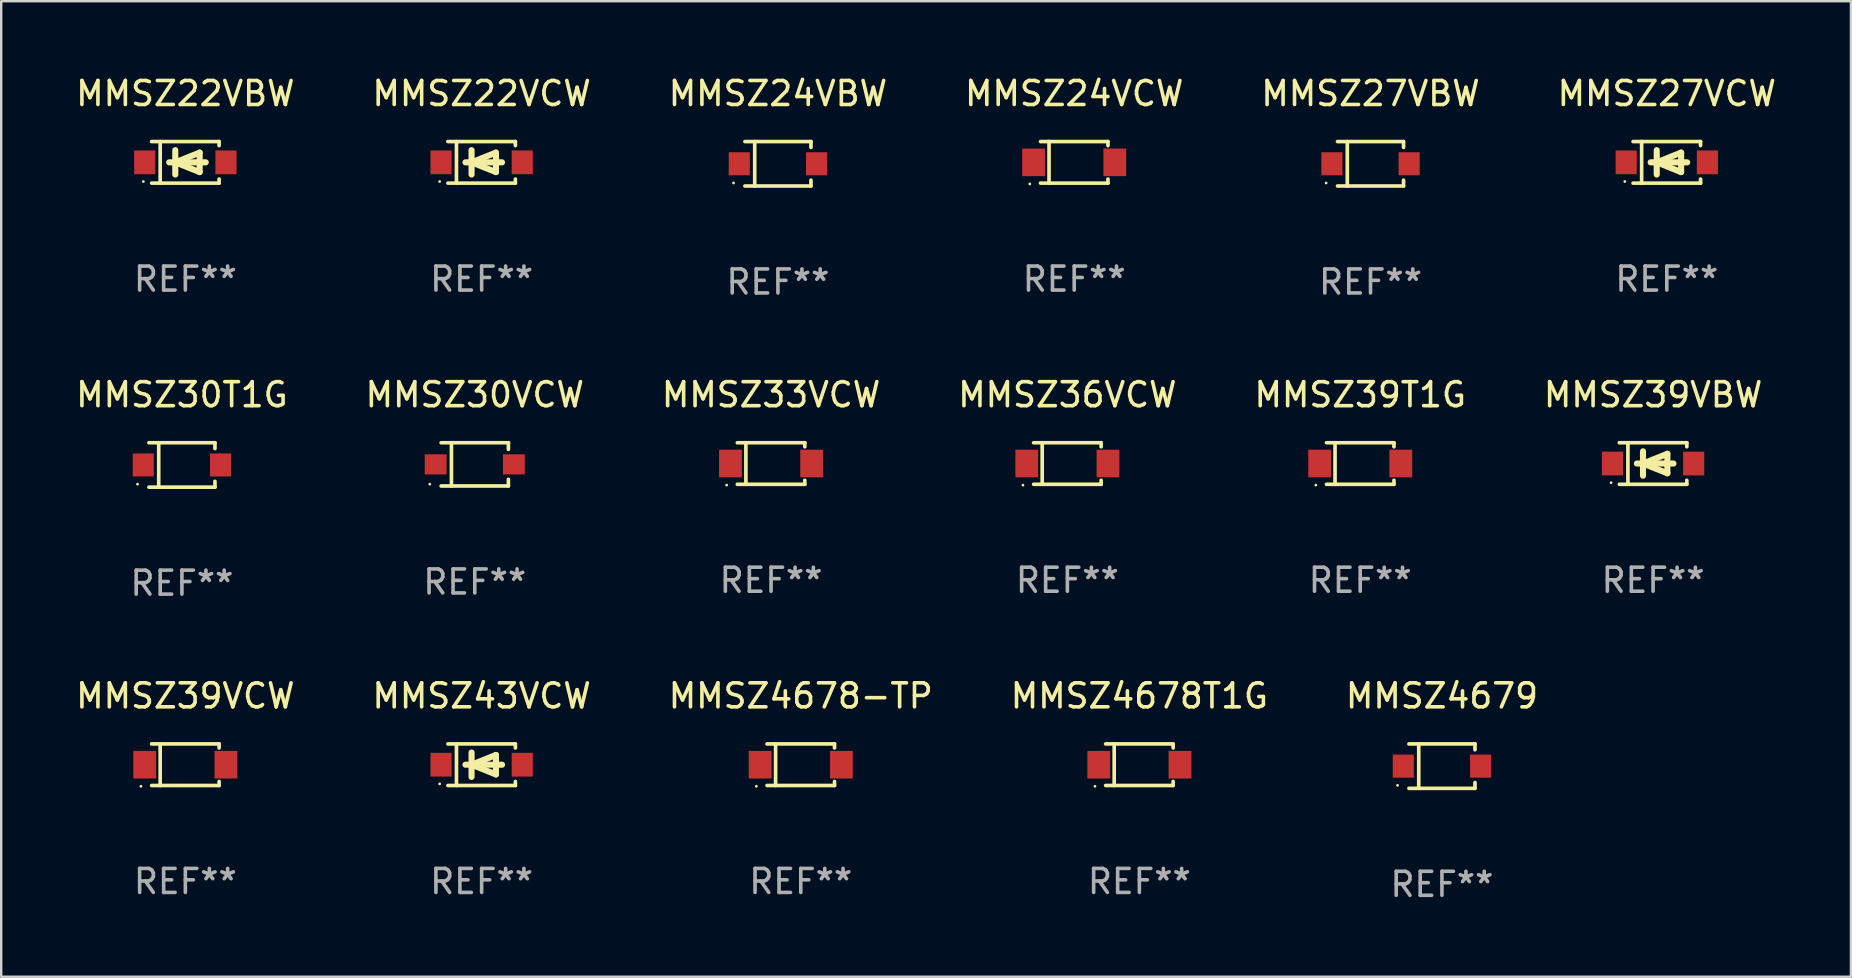
<source format=kicad_pcb>
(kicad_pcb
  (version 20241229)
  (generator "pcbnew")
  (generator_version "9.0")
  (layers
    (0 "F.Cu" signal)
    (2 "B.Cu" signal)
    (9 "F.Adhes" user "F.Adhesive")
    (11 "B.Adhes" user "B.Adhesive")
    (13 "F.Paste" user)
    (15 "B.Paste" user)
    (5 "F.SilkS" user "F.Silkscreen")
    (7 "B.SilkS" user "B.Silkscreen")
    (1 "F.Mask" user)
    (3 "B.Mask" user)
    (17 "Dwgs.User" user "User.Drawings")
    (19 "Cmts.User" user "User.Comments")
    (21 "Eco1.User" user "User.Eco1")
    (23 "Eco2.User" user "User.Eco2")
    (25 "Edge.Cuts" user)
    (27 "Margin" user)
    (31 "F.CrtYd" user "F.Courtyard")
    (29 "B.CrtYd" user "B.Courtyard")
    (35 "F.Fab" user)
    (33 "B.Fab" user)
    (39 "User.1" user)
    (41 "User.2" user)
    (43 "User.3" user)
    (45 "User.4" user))
  (footprint "MMSZ22VBW"
    (layer "F.Cu")
    (at 4.673 3.714)
    (property "Reference" "MMSZ22VBW" (at 0 -2.866 0) (layer "F.SilkS") (effects (font (size 1 1) (thickness 0.15))))
    (attr through_hole)
    (fp_line (start -1.406 -0.866) (end 1.406 -0.866) (stroke (width 0.152) (type solid)) (layer "F.SilkS"))
    (fp_line (start -1.406 0.866) (end 1.406 0.866) (stroke (width 0.152) (type solid)) (layer "F.SilkS"))
    (fp_line (start -1.049 -0.866) (end -1.049 0.866) (stroke (width 0.152) (type solid)) (layer "F.SilkS"))
    (fp_line (start -0.674 0) (end 0.85 0) (stroke (width 0.254) (type solid)) (layer "F.SilkS"))
    (fp_line (start -0.42 -0.508) (end -0.42 0.508) (stroke (width 0.254) (type solid)) (layer "F.SilkS"))
    (fp_line (start -0.42 0) (end 0.596 -0.406) (stroke (width 0.254) (type solid)) (layer "F.SilkS"))
    (fp_line (start 0.596 -0.406) (end 0.596 0.406) (stroke (width 0.254) (type solid)) (layer "F.SilkS"))
    (fp_line (start 0.596 0.406) (end -0.42 0) (stroke (width 0.254) (type solid)) (layer "F.SilkS"))
    (fp_line (start 1.406 -0.866) (end 1.406 -0.698) (stroke (width 0.152) (type solid)) (layer "F.SilkS"))
    (fp_line (start 1.406 0.866) (end 1.406 0.698) (stroke (width 0.152) (type solid)) (layer "F.SilkS"))
    (fp_circle (center -1.75 0.8) (end -1.72 0.8) (stroke (width 0.06) (type solid)) (fill no) (layer "F.SilkS"))
    (fp_text user "REF**" (at 0 4.866 0) (layer "F.Fab") (effects (font (size 1 1) (thickness 0.15))))
    (pad "1" smd rect (at -1.692 0) (size 0.88 0.99) (layers "F.Cu" "F.Mask" "F.Paste"))
    (pad "2" smd rect (at 1.692 0) (size 0.88 0.99) (layers "F.Cu" "F.Mask" "F.Paste")))
  (footprint "MMSZ39VCW"
    (layer "F.Cu")
    (at 4.673 28.812)
    (property "Reference" "MMSZ39VCW" (at 0 -2.866 0) (layer "F.SilkS") (effects (font (size 1 1) (thickness 0.15))))
    (attr through_hole)
    (fp_line (start -1.406 -0.866) (end 1.406 -0.866) (stroke (width 0.152) (type solid)) (layer "F.SilkS"))
    (fp_line (start -1.406 0.866) (end 1.406 0.866) (stroke (width 0.152) (type solid)) (layer "F.SilkS"))
    (fp_line (start -1.049 -0.866) (end -1.049 0.866) (stroke (width 0.152) (type solid)) (layer "F.SilkS"))
    (fp_line (start 1.406 -0.866) (end 1.406 -0.698) (stroke (width 0.152) (type solid)) (layer "F.SilkS"))
    (fp_line (start 1.406 0.866) (end 1.406 0.698) (stroke (width 0.152) (type solid)) (layer "F.SilkS"))
    (fp_circle (center -1.851 0.9) (end -1.821 0.9) (stroke (width 0.06) (type solid)) (fill no) (layer "F.SilkS"))
    (fp_text user "REF**" (at 0 4.866 0) (layer "F.Fab") (effects (font (size 1 1) (thickness 0.15))))
    (pad "1" smd rect (at -1.692 0) (size 0.95 1.15) (layers "F.Cu" "F.Mask" "F.Paste"))
    (pad "2" smd rect (at 1.692 0) (size 0.95 1.15) (layers "F.Cu" "F.Mask" "F.Paste")))
  (footprint "MMSZ39VBW"
    (layer "F.Cu")
    (at 65.827 16.263)
    (property "Reference" "MMSZ39VBW" (at 0 -2.866 0) (layer "F.SilkS") (effects (font (size 1 1) (thickness 0.15))))
    (attr through_hole)
    (fp_line (start -1.406 -0.866) (end 1.406 -0.866) (stroke (width 0.152) (type solid)) (layer "F.SilkS"))
    (fp_line (start -1.406 0.866) (end 1.406 0.866) (stroke (width 0.152) (type solid)) (layer "F.SilkS"))
    (fp_line (start -1.049 -0.866) (end -1.049 0.866) (stroke (width 0.152) (type solid)) (layer "F.SilkS"))
    (fp_line (start -0.674 0) (end 0.85 0) (stroke (width 0.254) (type solid)) (layer "F.SilkS"))
    (fp_line (start -0.42 -0.508) (end -0.42 0.508) (stroke (width 0.254) (type solid)) (layer "F.SilkS"))
    (fp_line (start -0.42 0) (end 0.596 -0.406) (stroke (width 0.254) (type solid)) (layer "F.SilkS"))
    (fp_line (start 0.596 -0.406) (end 0.596 0.406) (stroke (width 0.254) (type solid)) (layer "F.SilkS"))
    (fp_line (start 0.596 0.406) (end -0.42 0) (stroke (width 0.254) (type solid)) (layer "F.SilkS"))
    (fp_line (start 1.406 -0.866) (end 1.406 -0.698) (stroke (width 0.152) (type solid)) (layer "F.SilkS"))
    (fp_line (start 1.406 0.866) (end 1.406 0.698) (stroke (width 0.152) (type solid)) (layer "F.SilkS"))
    (fp_circle (center -1.75 0.8) (end -1.72 0.8) (stroke (width 0.06) (type solid)) (fill no) (layer "F.SilkS"))
    (fp_text user "REF**" (at 0 4.866 0) (layer "F.Fab") (effects (font (size 1 1) (thickness 0.15))))
    (pad "1" smd rect (at -1.692 0) (size 0.88 0.99) (layers "F.Cu" "F.Mask" "F.Paste"))
    (pad "2" smd rect (at 1.692 0) (size 0.88 0.99) (layers "F.Cu" "F.Mask" "F.Paste")))
  (footprint "MMSZ24VCW"
    (layer "F.Cu")
    (at 41.708 3.714)
    (property "Reference" "MMSZ24VCW" (at 0 -2.866 0) (layer "F.SilkS") (effects (font (size 1 1) (thickness 0.15))))
    (attr through_hole)
    (fp_line (start -1.406 -0.866) (end 1.406 -0.866) (stroke (width 0.152) (type solid)) (layer "F.SilkS"))
    (fp_line (start -1.406 0.866) (end 1.406 0.866) (stroke (width 0.152) (type solid)) (layer "F.SilkS"))
    (fp_line (start -1.049 -0.866) (end -1.049 0.866) (stroke (width 0.152) (type solid)) (layer "F.SilkS"))
    (fp_line (start 1.406 -0.866) (end 1.406 -0.698) (stroke (width 0.152) (type solid)) (layer "F.SilkS"))
    (fp_line (start 1.406 0.866) (end 1.406 0.698) (stroke (width 0.152) (type solid)) (layer "F.SilkS"))
    (fp_circle (center -1.851 0.9) (end -1.821 0.9) (stroke (width 0.06) (type solid)) (fill no) (layer "F.SilkS"))
    (fp_text user "REF**" (at 0 4.866 0) (layer "F.Fab") (effects (font (size 1 1) (thickness 0.15))))
    (pad "1" smd rect (at -1.692 0) (size 0.95 1.15) (layers "F.Cu" "F.Mask" "F.Paste"))
    (pad "2" smd rect (at 1.692 0) (size 0.95 1.15) (layers "F.Cu" "F.Mask" "F.Paste")))
  (footprint "MMSZ24VBW"
    (layer "F.Cu")
    (at 29.363 3.774)
    (property "Reference" "MMSZ24VBW" (at 0 -2.926 0) (layer "F.SilkS") (effects (font (size 1 1) (thickness 0.15))))
    (attr through_hole)
    (fp_line (start -1.376 -0.926) (end 1.376 -0.926) (stroke (width 0.152) (type solid)) (layer "F.SilkS"))
    (fp_line (start -1.376 0.926) (end 1.376 0.926) (stroke (width 0.152) (type solid)) (layer "F.SilkS"))
    (fp_line (start -0.967 -0.926) (end -0.967 0.926) (stroke (width 0.152) (type solid)) (layer "F.SilkS"))
    (fp_line (start 1.376 -0.926) (end 1.376 -0.683) (stroke (width 0.152) (type solid)) (layer "F.SilkS"))
    (fp_line (start 1.376 0.926) (end 1.376 0.683) (stroke (width 0.152) (type solid)) (layer "F.SilkS"))
    (fp_circle (center -1.85 0.8) (end -1.82 0.8) (stroke (width 0.06) (type solid)) (fill no) (layer "F.SilkS"))
    (fp_text user "REF**" (at 0 4.926 0) (layer "F.Fab") (effects (font (size 1 1) (thickness 0.15))))
    (pad "1" smd rect (at -1.61 0) (size 0.88 0.96) (layers "F.Cu" "F.Mask" "F.Paste"))
    (pad "2" smd rect (at 1.61 0) (size 0.88 0.96) (layers "F.Cu" "F.Mask" "F.Paste")))
  (footprint "MMSZ4678T1G"
    (layer "F.Cu")
    (at 44.423 28.812)
    (property "Reference" "MMSZ4678T1G" (at 0 -2.866 0) (layer "F.SilkS") (effects (font (size 1 1) (thickness 0.15))))
    (attr through_hole)
    (fp_line (start -1.406 -0.866) (end 1.406 -0.866) (stroke (width 0.152) (type solid)) (layer "F.SilkS"))
    (fp_line (start -1.406 0.866) (end 1.406 0.866) (stroke (width 0.152) (type solid)) (layer "F.SilkS"))
    (fp_line (start -1.049 -0.866) (end -1.049 0.866) (stroke (width 0.152) (type solid)) (layer "F.SilkS"))
    (fp_line (start 1.406 -0.866) (end 1.406 -0.698) (stroke (width 0.152) (type solid)) (layer "F.SilkS"))
    (fp_line (start 1.406 0.866) (end 1.406 0.698) (stroke (width 0.152) (type solid)) (layer "F.SilkS"))
    (fp_circle (center -1.851 0.9) (end -1.821 0.9) (stroke (width 0.06) (type solid)) (fill no) (layer "F.SilkS"))
    (fp_text user "REF**" (at 0 4.866 0) (layer "F.Fab") (effects (font (size 1 1) (thickness 0.15))))
    (pad "1" smd rect (at -1.692 0) (size 0.95 1.15) (layers "F.Cu" "F.Mask" "F.Paste"))
    (pad "2" smd rect (at 1.692 0) (size 0.95 1.15) (layers "F.Cu" "F.Mask" "F.Paste")))
  (footprint "MMSZ36VCW"
    (layer "F.Cu")
    (at 41.423 16.263)
    (property "Reference" "MMSZ36VCW" (at 0 -2.866 0) (layer "F.SilkS") (effects (font (size 1 1) (thickness 0.15))))
    (attr through_hole)
    (fp_line (start -1.406 -0.866) (end 1.406 -0.866) (stroke (width 0.152) (type solid)) (layer "F.SilkS"))
    (fp_line (start -1.406 0.866) (end 1.406 0.866) (stroke (width 0.152) (type solid)) (layer "F.SilkS"))
    (fp_line (start -1.049 -0.866) (end -1.049 0.866) (stroke (width 0.152) (type solid)) (layer "F.SilkS"))
    (fp_line (start 1.406 -0.866) (end 1.406 -0.698) (stroke (width 0.152) (type solid)) (layer "F.SilkS"))
    (fp_line (start 1.406 0.866) (end 1.406 0.698) (stroke (width 0.152) (type solid)) (layer "F.SilkS"))
    (fp_circle (center -1.851 0.9) (end -1.821 0.9) (stroke (width 0.06) (type solid)) (fill no) (layer "F.SilkS"))
    (fp_text user "REF**" (at 0 4.866 0) (layer "F.Fab") (effects (font (size 1 1) (thickness 0.15))))
    (pad "1" smd rect (at -1.692 0) (size 0.95 1.15) (layers "F.Cu" "F.Mask" "F.Paste"))
    (pad "2" smd rect (at 1.692 0) (size 0.95 1.15) (layers "F.Cu" "F.Mask" "F.Paste")))
  (footprint "MMSZ33VCW"
    (layer "F.Cu")
    (at 29.077 16.263)
    (property "Reference" "MMSZ33VCW" (at 0 -2.866 0) (layer "F.SilkS") (effects (font (size 1 1) (thickness 0.15))))
    (attr through_hole)
    (fp_line (start -1.406 -0.866) (end 1.406 -0.866) (stroke (width 0.152) (type solid)) (layer "F.SilkS"))
    (fp_line (start -1.406 0.866) (end 1.406 0.866) (stroke (width 0.152) (type solid)) (layer "F.SilkS"))
    (fp_line (start -1.049 -0.866) (end -1.049 0.866) (stroke (width 0.152) (type solid)) (layer "F.SilkS"))
    (fp_line (start 1.406 -0.866) (end 1.406 -0.698) (stroke (width 0.152) (type solid)) (layer "F.SilkS"))
    (fp_line (start 1.406 0.866) (end 1.406 0.698) (stroke (width 0.152) (type solid)) (layer "F.SilkS"))
    (fp_circle (center -1.851 0.9) (end -1.821 0.9) (stroke (width 0.06) (type solid)) (fill no) (layer "F.SilkS"))
    (fp_text user "REF**" (at 0 4.866 0) (layer "F.Fab") (effects (font (size 1 1) (thickness 0.15))))
    (pad "1" smd rect (at -1.692 0) (size 0.95 1.15) (layers "F.Cu" "F.Mask" "F.Paste"))
    (pad "2" smd rect (at 1.692 0) (size 0.95 1.15) (layers "F.Cu" "F.Mask" "F.Paste")))
  (footprint "MMSZ4678-TP"
    (layer "F.Cu")
    (at 30.315 28.812)
    (property "Reference" "MMSZ4678-TP" (at 0 -2.866 0) (layer "F.SilkS") (effects (font (size 1 1) (thickness 0.15))))
    (attr through_hole)
    (fp_line (start -1.406 -0.866) (end 1.406 -0.866) (stroke (width 0.152) (type solid)) (layer "F.SilkS"))
    (fp_line (start -1.406 0.866) (end 1.406 0.866) (stroke (width 0.152) (type solid)) (layer "F.SilkS"))
    (fp_line (start -1.049 -0.866) (end -1.049 0.866) (stroke (width 0.152) (type solid)) (layer "F.SilkS"))
    (fp_line (start 1.406 -0.866) (end 1.406 -0.698) (stroke (width 0.152) (type solid)) (layer "F.SilkS"))
    (fp_line (start 1.406 0.866) (end 1.406 0.698) (stroke (width 0.152) (type solid)) (layer "F.SilkS"))
    (fp_circle (center -1.851 0.9) (end -1.821 0.9) (stroke (width 0.06) (type solid)) (fill no) (layer "F.SilkS"))
    (fp_text user "REF**" (at 0 4.866 0) (layer "F.Fab") (effects (font (size 1 1) (thickness 0.15))))
    (pad "1" smd rect (at -1.692 0) (size 0.95 1.15) (layers "F.Cu" "F.Mask" "F.Paste"))
    (pad "2" smd rect (at 1.692 0) (size 0.95 1.15) (layers "F.Cu" "F.Mask" "F.Paste")))
  (footprint "MMSZ27VBW"
    (layer "F.Cu")
    (at 54.054 3.774)
    (property "Reference" "MMSZ27VBW" (at 0 -2.926 0) (layer "F.SilkS") (effects (font (size 1 1) (thickness 0.15))))
    (attr through_hole)
    (fp_line (start -1.376 -0.926) (end 1.376 -0.926) (stroke (width 0.152) (type solid)) (layer "F.SilkS"))
    (fp_line (start -1.376 0.926) (end 1.376 0.926) (stroke (width 0.152) (type solid)) (layer "F.SilkS"))
    (fp_line (start -0.967 -0.926) (end -0.967 0.926) (stroke (width 0.152) (type solid)) (layer "F.SilkS"))
    (fp_line (start 1.376 -0.926) (end 1.376 -0.683) (stroke (width 0.152) (type solid)) (layer "F.SilkS"))
    (fp_line (start 1.376 0.926) (end 1.376 0.683) (stroke (width 0.152) (type solid)) (layer "F.SilkS"))
    (fp_circle (center -1.85 0.8) (end -1.82 0.8) (stroke (width 0.06) (type solid)) (fill no) (layer "F.SilkS"))
    (fp_text user "REF**" (at 0 4.926 0) (layer "F.Fab") (effects (font (size 1 1) (thickness 0.15))))
    (pad "1" smd rect (at -1.61 0) (size 0.88 0.96) (layers "F.Cu" "F.Mask" "F.Paste"))
    (pad "2" smd rect (at 1.61 0) (size 0.88 0.96) (layers "F.Cu" "F.Mask" "F.Paste")))
  (footprint "MMSZ27VCW"
    (layer "F.Cu")
    (at 66.399 3.714)
    (property "Reference" "MMSZ27VCW" (at 0 -2.866 0) (layer "F.SilkS") (effects (font (size 1 1) (thickness 0.15))))
    (attr through_hole)
    (fp_line (start -1.406 -0.866) (end 1.406 -0.866) (stroke (width 0.152) (type solid)) (layer "F.SilkS"))
    (fp_line (start -1.406 0.866) (end 1.406 0.866) (stroke (width 0.152) (type solid)) (layer "F.SilkS"))
    (fp_line (start -1.049 -0.866) (end -1.049 0.866) (stroke (width 0.152) (type solid)) (layer "F.SilkS"))
    (fp_line (start -0.674 0) (end 0.85 0) (stroke (width 0.254) (type solid)) (layer "F.SilkS"))
    (fp_line (start -0.42 -0.508) (end -0.42 0.508) (stroke (width 0.254) (type solid)) (layer "F.SilkS"))
    (fp_line (start -0.42 0) (end 0.596 -0.406) (stroke (width 0.254) (type solid)) (layer "F.SilkS"))
    (fp_line (start 0.596 -0.406) (end 0.596 0.406) (stroke (width 0.254) (type solid)) (layer "F.SilkS"))
    (fp_line (start 0.596 0.406) (end -0.42 0) (stroke (width 0.254) (type solid)) (layer "F.SilkS"))
    (fp_line (start 1.406 -0.866) (end 1.406 -0.698) (stroke (width 0.152) (type solid)) (layer "F.SilkS"))
    (fp_line (start 1.406 0.866) (end 1.406 0.698) (stroke (width 0.152) (type solid)) (layer "F.SilkS"))
    (fp_circle (center -1.75 0.8) (end -1.72 0.8) (stroke (width 0.06) (type solid)) (fill no) (layer "F.SilkS"))
    (fp_text user "REF**" (at 0 4.866 0) (layer "F.Fab") (effects (font (size 1 1) (thickness 0.15))))
    (pad "1" smd rect (at -1.692 0) (size 0.88 0.99) (layers "F.Cu" "F.Mask" "F.Paste"))
    (pad "2" smd rect (at 1.692 0) (size 0.88 0.99) (layers "F.Cu" "F.Mask" "F.Paste")))
  (footprint "MMSZ30T1G"
    (layer "F.Cu")
    (at 4.53 16.323)
    (property "Reference" "MMSZ30T1G" (at 0 -2.926 0) (layer "F.SilkS") (effects (font (size 1 1) (thickness 0.15))))
    (attr through_hole)
    (fp_line (start -1.376 -0.926) (end 1.376 -0.926) (stroke (width 0.152) (type solid)) (layer "F.SilkS"))
    (fp_line (start -1.376 0.926) (end 1.376 0.926) (stroke (width 0.152) (type solid)) (layer "F.SilkS"))
    (fp_line (start -0.967 -0.926) (end -0.967 0.926) (stroke (width 0.152) (type solid)) (layer "F.SilkS"))
    (fp_line (start 1.376 -0.926) (end 1.376 -0.683) (stroke (width 0.152) (type solid)) (layer "F.SilkS"))
    (fp_line (start 1.376 0.926) (end 1.376 0.683) (stroke (width 0.152) (type solid)) (layer "F.SilkS"))
    (fp_circle (center -1.85 0.8) (end -1.82 0.8) (stroke (width 0.06) (type solid)) (fill no) (layer "F.SilkS"))
    (fp_text user "REF**" (at 0 4.926 0) (layer "F.Fab") (effects (font (size 1 1) (thickness 0.15))))
    (pad "1" smd rect (at -1.61 0) (size 0.88 0.96) (layers "F.Cu" "F.Mask" "F.Paste"))
    (pad "2" smd rect (at 1.61 0) (size 0.88 0.96) (layers "F.Cu" "F.Mask" "F.Paste")))
  (footprint "MMSZ4679"
    (layer "F.Cu")
    (at 57.03 28.872)
    (property "Reference" "MMSZ4679" (at 0 -2.926 0) (layer "F.SilkS") (effects (font (size 1 1) (thickness 0.15))))
    (attr through_hole)
    (fp_line (start -1.376 -0.926) (end 1.376 -0.926) (stroke (width 0.152) (type solid)) (layer "F.SilkS"))
    (fp_line (start -1.376 0.926) (end 1.376 0.926) (stroke (width 0.152) (type solid)) (layer "F.SilkS"))
    (fp_line (start -0.967 -0.926) (end -0.967 0.926) (stroke (width 0.152) (type solid)) (layer "F.SilkS"))
    (fp_line (start 1.376 -0.926) (end 1.376 -0.683) (stroke (width 0.152) (type solid)) (layer "F.SilkS"))
    (fp_line (start 1.376 0.926) (end 1.376 0.683) (stroke (width 0.152) (type solid)) (layer "F.SilkS"))
    (fp_circle (center -1.85 0.8) (end -1.82 0.8) (stroke (width 0.06) (type solid)) (fill no) (layer "F.SilkS"))
    (fp_text user "REF**" (at 0 4.926 0) (layer "F.Fab") (effects (font (size 1 1) (thickness 0.15))))
    (pad "1" smd rect (at -1.61 0) (size 0.88 0.96) (layers "F.Cu" "F.Mask" "F.Paste"))
    (pad "2" smd rect (at 1.61 0) (size 0.88 0.96) (layers "F.Cu" "F.Mask" "F.Paste")))
  (footprint "MMSZ30VCW"
    (layer "F.Cu")
    (at 16.732 16.298)
    (property "Reference" "MMSZ30VCW" (at 0 -2.901 0) (layer "F.SilkS") (effects (font (size 1 1) (thickness 0.15))))
    (attr through_hole)
    (fp_line (start -1.401 -0.901) (end 1.401 -0.901) (stroke (width 0.152) (type solid)) (layer "F.SilkS"))
    (fp_line (start -1.401 0.901) (end 1.401 0.901) (stroke (width 0.152) (type solid)) (layer "F.SilkS"))
    (fp_line (start -0.972 -0.901) (end -0.972 0.901) (stroke (width 0.152) (type solid)) (layer "F.SilkS"))
    (fp_line (start 1.401 -0.901) (end 1.401 -0.623) (stroke (width 0.152) (type solid)) (layer "F.SilkS"))
    (fp_line (start 1.401 0.901) (end 1.401 0.623) (stroke (width 0.152) (type solid)) (layer "F.SilkS"))
    (fp_circle (center -1.875 0.825) (end -1.845 0.825) (stroke (width 0.06) (type solid)) (fill no) (layer "F.SilkS"))
    (fp_text user "REF**" (at 0 4.901 0) (layer "F.Fab") (effects (font (size 1 1) (thickness 0.15))))
    (pad "1" smd rect (at -1.63 0 180) (size 0.91 0.84) (layers "F.Cu" "F.Mask" "F.Paste"))
    (pad "2" smd rect (at 1.63 0 180) (size 0.91 0.84) (layers "F.Cu" "F.Mask" "F.Paste")))
  (footprint "MMSZ43VCW"
    (layer "F.Cu")
    (at 17.018 28.812)
    (property "Reference" "MMSZ43VCW" (at 0 -2.866 0) (layer "F.SilkS") (effects (font (size 1 1) (thickness 0.15))))
    (attr through_hole)
    (fp_line (start -1.406 -0.866) (end 1.406 -0.866) (stroke (width 0.152) (type solid)) (layer "F.SilkS"))
    (fp_line (start -1.406 0.866) (end 1.406 0.866) (stroke (width 0.152) (type solid)) (layer "F.SilkS"))
    (fp_line (start -1.049 -0.866) (end -1.049 0.866) (stroke (width 0.152) (type solid)) (layer "F.SilkS"))
    (fp_line (start -0.674 0) (end 0.85 0) (stroke (width 0.254) (type solid)) (layer "F.SilkS"))
    (fp_line (start -0.42 -0.508) (end -0.42 0.508) (stroke (width 0.254) (type solid)) (layer "F.SilkS"))
    (fp_line (start -0.42 0) (end 0.596 -0.406) (stroke (width 0.254) (type solid)) (layer "F.SilkS"))
    (fp_line (start 0.596 -0.406) (end 0.596 0.406) (stroke (width 0.254) (type solid)) (layer "F.SilkS"))
    (fp_line (start 0.596 0.406) (end -0.42 0) (stroke (width 0.254) (type solid)) (layer "F.SilkS"))
    (fp_line (start 1.406 -0.866) (end 1.406 -0.698) (stroke (width 0.152) (type solid)) (layer "F.SilkS"))
    (fp_line (start 1.406 0.866) (end 1.406 0.698) (stroke (width 0.152) (type solid)) (layer "F.SilkS"))
    (fp_circle (center -1.75 0.8) (end -1.72 0.8) (stroke (width 0.06) (type solid)) (fill no) (layer "F.SilkS"))
    (fp_text user "REF**" (at 0 4.866 0) (layer "F.Fab") (effects (font (size 1 1) (thickness 0.15))))
    (pad "1" smd rect (at -1.692 0) (size 0.88 0.99) (layers "F.Cu" "F.Mask" "F.Paste"))
    (pad "2" smd rect (at 1.692 0) (size 0.88 0.99) (layers "F.Cu" "F.Mask" "F.Paste")))
  (footprint "MMSZ22VCW"
    (layer "F.Cu")
    (at 17.018 3.714)
    (property "Reference" "MMSZ22VCW" (at 0 -2.866 0) (layer "F.SilkS") (effects (font (size 1 1) (thickness 0.15))))
    (attr through_hole)
    (fp_line (start -1.406 -0.866) (end 1.406 -0.866) (stroke (width 0.152) (type solid)) (layer "F.SilkS"))
    (fp_line (start -1.406 0.866) (end 1.406 0.866) (stroke (width 0.152) (type solid)) (layer "F.SilkS"))
    (fp_line (start -1.049 -0.866) (end -1.049 0.866) (stroke (width 0.152) (type solid)) (layer "F.SilkS"))
    (fp_line (start -0.674 0) (end 0.85 0) (stroke (width 0.254) (type solid)) (layer "F.SilkS"))
    (fp_line (start -0.42 -0.508) (end -0.42 0.508) (stroke (width 0.254) (type solid)) (layer "F.SilkS"))
    (fp_line (start -0.42 0) (end 0.596 -0.406) (stroke (width 0.254) (type solid)) (layer "F.SilkS"))
    (fp_line (start 0.596 -0.406) (end 0.596 0.406) (stroke (width 0.254) (type solid)) (layer "F.SilkS"))
    (fp_line (start 0.596 0.406) (end -0.42 0) (stroke (width 0.254) (type solid)) (layer "F.SilkS"))
    (fp_line (start 1.406 -0.866) (end 1.406 -0.698) (stroke (width 0.152) (type solid)) (layer "F.SilkS"))
    (fp_line (start 1.406 0.866) (end 1.406 0.698) (stroke (width 0.152) (type solid)) (layer "F.SilkS"))
    (fp_circle (center -1.75 0.8) (end -1.72 0.8) (stroke (width 0.06) (type solid)) (fill no) (layer "F.SilkS"))
    (fp_text user "REF**" (at 0 4.866 0) (layer "F.Fab") (effects (font (size 1 1) (thickness 0.15))))
    (pad "1" smd rect (at -1.692 0) (size 0.88 0.99) (layers "F.Cu" "F.Mask" "F.Paste"))
    (pad "2" smd rect (at 1.692 0) (size 0.88 0.99) (layers "F.Cu" "F.Mask" "F.Paste")))
  (footprint "MMSZ39T1G"
    (layer "F.Cu")
    (at 53.625 16.263)
    (property "Reference" "MMSZ39T1G" (at 0 -2.866 0) (layer "F.SilkS") (effects (font (size 1 1) (thickness 0.15))))
    (attr through_hole)
    (fp_line (start -1.406 -0.866) (end 1.406 -0.866) (stroke (width 0.152) (type solid)) (layer "F.SilkS"))
    (fp_line (start -1.406 0.866) (end 1.406 0.866) (stroke (width 0.152) (type solid)) (layer "F.SilkS"))
    (fp_line (start -1.049 -0.866) (end -1.049 0.866) (stroke (width 0.152) (type solid)) (layer "F.SilkS"))
    (fp_line (start 1.406 -0.866) (end 1.406 -0.698) (stroke (width 0.152) (type solid)) (layer "F.SilkS"))
    (fp_line (start 1.406 0.866) (end 1.406 0.698) (stroke (width 0.152) (type solid)) (layer "F.SilkS"))
    (fp_circle (center -1.851 0.9) (end -1.821 0.9) (stroke (width 0.06) (type solid)) (fill no) (layer "F.SilkS"))
    (fp_text user "REF**" (at 0 4.866 0) (layer "F.Fab") (effects (font (size 1 1) (thickness 0.15))))
    (pad "1" smd rect (at -1.692 0) (size 0.95 1.15) (layers "F.Cu" "F.Mask" "F.Paste"))
    (pad "2" smd rect (at 1.692 0) (size 0.95 1.15) (layers "F.Cu" "F.Mask" "F.Paste")))
  (gr_rect
    (start -3 -3)
    (end 74.071 37.647)
    (stroke (width 0.1) (type default))
    (fill no)
    (layer "Edge.Cuts")))
</source>
